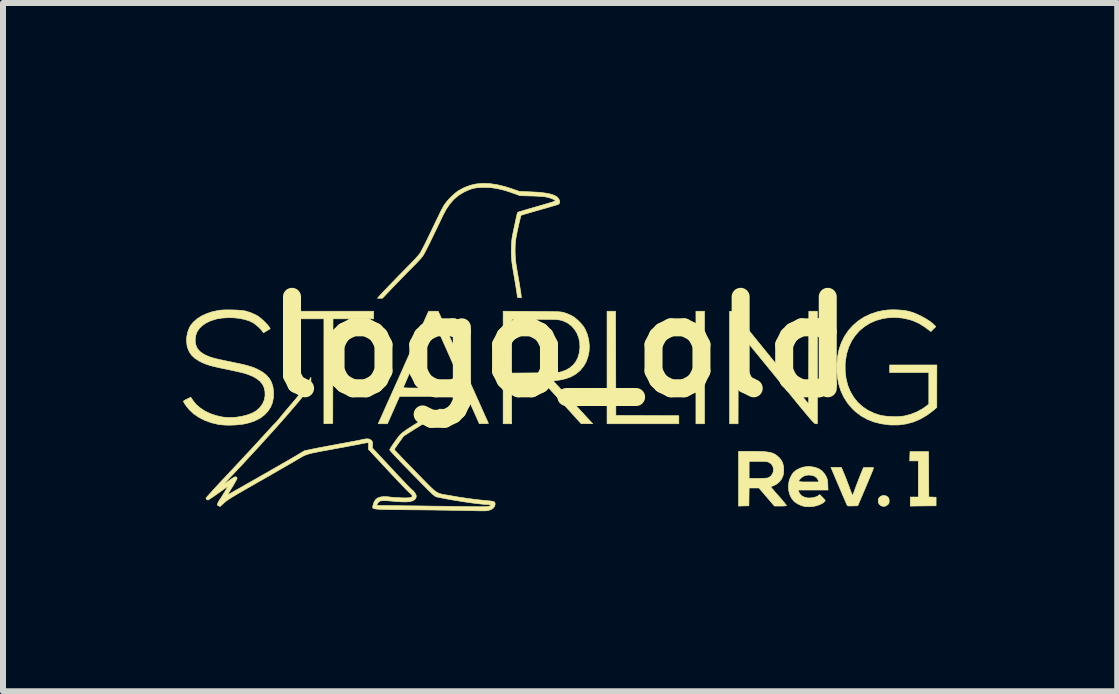
<source format=kicad_pcb>
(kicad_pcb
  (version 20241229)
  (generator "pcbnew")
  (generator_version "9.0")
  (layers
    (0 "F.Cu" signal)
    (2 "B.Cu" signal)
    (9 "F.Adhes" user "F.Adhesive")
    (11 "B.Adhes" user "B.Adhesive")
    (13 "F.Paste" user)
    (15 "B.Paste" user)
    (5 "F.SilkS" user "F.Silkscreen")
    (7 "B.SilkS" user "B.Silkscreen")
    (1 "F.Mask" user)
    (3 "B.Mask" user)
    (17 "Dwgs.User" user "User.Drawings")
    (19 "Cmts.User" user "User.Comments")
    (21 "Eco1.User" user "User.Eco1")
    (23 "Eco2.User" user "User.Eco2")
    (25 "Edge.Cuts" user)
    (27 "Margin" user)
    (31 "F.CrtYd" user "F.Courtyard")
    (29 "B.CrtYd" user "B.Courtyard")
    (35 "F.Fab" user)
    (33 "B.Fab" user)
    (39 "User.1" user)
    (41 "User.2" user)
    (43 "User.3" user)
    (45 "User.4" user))
  (footprint "logo_old"
    (layer "F.Cu")
    (at 6.278 2.73)
    (property "Reference" "logo_old" (at 0 0 0) (layer "F.SilkS") (effects (font (size 1.524 1.524) (thickness 0.3))))
    (attr through_hole)
    (fp_poly (pts (xy 2.409 1.28) (xy 2.267 1.28) (xy 2.267 -0.594) (xy 2.409 -0.594) (xy 2.409 1.28)) (stroke (width 0.01) (type solid)) (fill yes) (layer "F.SilkS"))
    (fp_poly (pts (xy 0.933 1.142) (xy 1.457 1.144) (xy 1.982 1.146) (xy 1.982 1.28) (xy 0.786 1.28) (xy 0.786 -0.594) (xy 0.928 -0.594) (xy 0.933 1.142)) (stroke (width 0.01) (type solid)) (fill yes) (layer "F.SilkS"))
    (fp_poly (pts (xy -3.103 -0.468) (xy -3.78 -0.468) (xy -3.782 0.404) (xy -3.784 1.275) (xy -3.858 1.278) (xy -3.931 1.28) (xy -3.931 -0.468) (xy -4.608 -0.468) (xy -4.608 -0.594) (xy -3.103 -0.594) (xy -3.103 -0.468)) (stroke (width 0.01) (type solid)) (fill yes) (layer "F.SilkS"))
    (fp_poly (pts (xy 6.145 2.122) (xy 6.147 2.5) (xy 6.208 2.502) (xy 6.268 2.505) (xy 6.268 2.647) (xy 6.053 2.649) (xy 5.838 2.652) (xy 5.838 2.501) (xy 5.972 2.501) (xy 5.972 1.899) (xy 5.829 1.899) (xy 5.831 1.821) (xy 5.834 1.744) (xy 6.143 1.744) (xy 6.145 2.122)) (stroke (width 0.01) (type solid)) (fill yes) (layer "F.SilkS"))
    (fp_poly (pts (xy 5.442 2.485) (xy 5.462 2.5) (xy 5.478 2.519) (xy 5.485 2.539) (xy 5.486 2.565) (xy 5.485 2.593) (xy 5.477 2.613) (xy 5.462 2.629) (xy 5.429 2.651) (xy 5.393 2.657) (xy 5.356 2.649) (xy 5.346 2.643) (xy 5.318 2.617) (xy 5.304 2.584) (xy 5.305 2.547) (xy 5.316 2.517) (xy 5.34 2.492) (xy 5.372 2.477) (xy 5.408 2.475) (xy 5.442 2.485)) (stroke (width 0.01) (type solid)) (fill yes) (layer "F.SilkS"))
    (fp_poly (pts (xy 4.29 1.28) (xy 4.263 1.28) (xy 4.258 1.279) (xy 4.253 1.278) (xy 4.247 1.274) (xy 4.239 1.268) (xy 4.229 1.259) (xy 4.216 1.245) (xy 4.199 1.228) (xy 4.179 1.204) (xy 4.153 1.175) (xy 4.123 1.139) (xy 4.087 1.096) (xy 4.044 1.044) (xy 3.994 0.984) (xy 3.937 0.915) (xy 3.872 0.835) (xy 3.798 0.745) (xy 3.715 0.643) (xy 3.622 0.529) (xy 3.604 0.507) (xy 2.973 -0.265) (xy 2.971 0.507) (xy 2.969 1.28) (xy 2.827 1.28) (xy 2.827 -0.594) (xy 2.858 -0.593) (xy 2.89 -0.593) (xy 3.517 0.179) (xy 4.144 0.951) (xy 4.146 0.179) (xy 4.148 -0.594) (xy 4.29 -0.594) (xy 4.29 1.28)) (stroke (width 0.01) (type solid)) (fill yes) (layer "F.SilkS"))
    (fp_poly (pts (xy 4.733 2.109) (xy 4.752 2.155) (xy 4.774 2.21) (xy 4.796 2.269) (xy 4.818 2.326) (xy 4.824 2.343) (xy 4.84 2.387) (xy 4.854 2.424) (xy 4.866 2.453) (xy 4.873 2.471) (xy 4.876 2.476) (xy 4.88 2.468) (xy 4.889 2.447) (xy 4.901 2.416) (xy 4.915 2.377) (xy 4.925 2.349) (xy 4.945 2.295) (xy 4.968 2.235) (xy 4.991 2.176) (xy 5.011 2.125) (xy 5.014 2.117) (xy 5.058 2.011) (xy 5.143 2.009) (xy 5.183 2.008) (xy 5.209 2.009) (xy 5.223 2.012) (xy 5.227 2.017) (xy 5.227 2.017) (xy 5.223 2.027) (xy 5.214 2.051) (xy 5.2 2.086) (xy 5.181 2.132) (xy 5.158 2.186) (xy 5.133 2.248) (xy 5.105 2.314) (xy 5.095 2.338) (xy 4.963 2.647) (xy 4.878 2.649) (xy 4.839 2.65) (xy 4.813 2.65) (xy 4.798 2.647) (xy 4.789 2.642) (xy 4.785 2.637) (xy 4.781 2.627) (xy 4.77 2.603) (xy 4.755 2.568) (xy 4.736 2.523) (xy 4.713 2.471) (xy 4.688 2.412) (xy 4.662 2.35) (xy 4.634 2.286) (xy 4.607 2.222) (xy 4.581 2.16) (xy 4.556 2.102) (xy 4.534 2.049) (xy 4.528 2.034) (xy 4.516 2.007) (xy 4.69 2.007) (xy 4.733 2.109)) (stroke (width 0.01) (type solid)) (fill yes) (layer "F.SilkS"))
    (fp_poly (pts (xy 4.174 1.993) (xy 4.25 2.006) (xy 4.315 2.03) (xy 4.368 2.067) (xy 4.411 2.116) (xy 4.434 2.155) (xy 4.446 2.182) (xy 4.455 2.206) (xy 4.46 2.233) (xy 4.463 2.267) (xy 4.464 2.296) (xy 4.468 2.384) (xy 3.971 2.384) (xy 3.977 2.406) (xy 3.995 2.445) (xy 4.026 2.478) (xy 4.068 2.501) (xy 4.118 2.515) (xy 4.153 2.517) (xy 4.202 2.514) (xy 4.249 2.504) (xy 4.288 2.489) (xy 4.309 2.476) (xy 4.33 2.46) (xy 4.378 2.509) (xy 4.402 2.534) (xy 4.415 2.55) (xy 4.42 2.561) (xy 4.418 2.569) (xy 4.415 2.572) (xy 4.383 2.6) (xy 4.338 2.624) (xy 4.284 2.644) (xy 4.225 2.657) (xy 4.164 2.663) (xy 4.105 2.662) (xy 4.081 2.659) (xy 4.026 2.644) (xy 3.971 2.62) (xy 3.922 2.589) (xy 3.897 2.568) (xy 3.857 2.516) (xy 3.828 2.455) (xy 3.812 2.389) (xy 3.808 2.32) (xy 3.816 2.25) (xy 3.82 2.235) (xy 3.981 2.235) (xy 3.988 2.242) (xy 4.005 2.246) (xy 4.034 2.249) (xy 4.076 2.25) (xy 4.134 2.25) (xy 4.148 2.25) (xy 4.316 2.25) (xy 4.303 2.218) (xy 4.279 2.18) (xy 4.243 2.154) (xy 4.21 2.142) (xy 4.15 2.134) (xy 4.095 2.14) (xy 4.047 2.161) (xy 4.011 2.192) (xy 3.994 2.21) (xy 3.984 2.225) (xy 3.981 2.235) (xy 3.82 2.235) (xy 3.836 2.184) (xy 3.868 2.124) (xy 3.893 2.092) (xy 3.94 2.052) (xy 3.997 2.022) (xy 4.063 2.001) (xy 4.132 1.992) (xy 4.174 1.993)) (stroke (width 0.01) (type solid)) (fill yes) (layer "F.SilkS"))
    (fp_poly (pts (xy 3.176 1.74) (xy 3.263 1.74) (xy 3.335 1.742) (xy 3.395 1.744) (xy 3.444 1.749) (xy 3.485 1.755) (xy 3.519 1.762) (xy 3.549 1.772) (xy 3.564 1.778) (xy 3.614 1.809) (xy 3.66 1.851) (xy 3.696 1.901) (xy 3.713 1.936) (xy 3.725 1.986) (xy 3.73 2.044) (xy 3.727 2.102) (xy 3.718 2.147) (xy 3.693 2.202) (xy 3.654 2.251) (xy 3.605 2.29) (xy 3.549 2.317) (xy 3.544 2.318) (xy 3.524 2.326) (xy 3.515 2.332) (xy 3.515 2.334) (xy 3.521 2.342) (xy 3.536 2.36) (xy 3.56 2.387) (xy 3.589 2.422) (xy 3.624 2.461) (xy 3.648 2.488) (xy 3.685 2.53) (xy 3.717 2.568) (xy 3.744 2.601) (xy 3.763 2.625) (xy 3.774 2.64) (xy 3.775 2.644) (xy 3.766 2.647) (xy 3.743 2.649) (xy 3.71 2.651) (xy 3.673 2.651) (xy 3.575 2.651) (xy 3.446 2.501) (xy 3.316 2.35) (xy 3.153 2.35) (xy 3.151 2.499) (xy 3.149 2.647) (xy 3.063 2.649) (xy 2.977 2.652) (xy 2.977 2.191) (xy 3.153 2.191) (xy 3.293 2.191) (xy 3.342 2.191) (xy 3.388 2.189) (xy 3.426 2.187) (xy 3.453 2.185) (xy 3.463 2.183) (xy 3.487 2.172) (xy 3.513 2.153) (xy 3.52 2.146) (xy 3.546 2.109) (xy 3.558 2.068) (xy 3.558 2.025) (xy 3.546 1.984) (xy 3.522 1.95) (xy 3.487 1.924) (xy 3.484 1.923) (xy 3.469 1.917) (xy 3.452 1.913) (xy 3.429 1.91) (xy 3.398 1.908) (xy 3.356 1.907) (xy 3.301 1.907) (xy 3.153 1.907) (xy 3.153 2.191) (xy 2.977 2.191) (xy 2.977 1.74) (xy 3.176 1.74)) (stroke (width 0.01) (type solid)) (fill yes) (layer "F.SilkS"))
    (fp_poly (pts (xy 5.641 -0.616) (xy 5.724 -0.609) (xy 5.798 -0.597) (xy 5.825 -0.59) (xy 5.89 -0.57) (xy 5.959 -0.541) (xy 6.029 -0.507) (xy 6.097 -0.47) (xy 6.158 -0.431) (xy 6.21 -0.391) (xy 6.245 -0.358) (xy 6.264 -0.338) (xy 6.222 -0.297) (xy 6.181 -0.256) (xy 6.158 -0.274) (xy 6.069 -0.339) (xy 5.985 -0.391) (xy 5.9 -0.43) (xy 5.825 -0.456) (xy 5.707 -0.481) (xy 5.585 -0.491) (xy 5.462 -0.485) (xy 5.379 -0.472) (xy 5.268 -0.441) (xy 5.165 -0.396) (xy 5.073 -0.338) (xy 4.99 -0.269) (xy 4.919 -0.188) (xy 4.859 -0.097) (xy 4.812 0.004) (xy 4.778 0.113) (xy 4.758 0.229) (xy 4.753 0.285) (xy 4.754 0.411) (xy 4.769 0.53) (xy 4.797 0.641) (xy 4.839 0.743) (xy 4.894 0.837) (xy 4.96 0.92) (xy 5.039 0.993) (xy 5.129 1.054) (xy 5.23 1.103) (xy 5.322 1.134) (xy 5.382 1.147) (xy 5.453 1.156) (xy 5.53 1.161) (xy 5.608 1.162) (xy 5.68 1.158) (xy 5.741 1.15) (xy 5.846 1.123) (xy 5.949 1.082) (xy 6.044 1.03) (xy 6.104 0.987) (xy 6.147 0.953) (xy 6.147 0.427) (xy 5.495 0.427) (xy 5.495 0.301) (xy 6.281 0.301) (xy 6.28 0.654) (xy 6.28 1.008) (xy 6.224 1.056) (xy 6.118 1.136) (xy 6.007 1.201) (xy 5.891 1.25) (xy 5.77 1.283) (xy 5.645 1.3) (xy 5.516 1.301) (xy 5.491 1.299) (xy 5.357 1.281) (xy 5.233 1.25) (xy 5.12 1.206) (xy 5.017 1.148) (xy 4.924 1.077) (xy 4.871 1.027) (xy 4.793 0.935) (xy 4.729 0.835) (xy 4.68 0.728) (xy 4.644 0.613) (xy 4.622 0.488) (xy 4.617 0.433) (xy 4.614 0.296) (xy 4.626 0.167) (xy 4.651 0.044) (xy 4.69 -0.07) (xy 4.742 -0.176) (xy 4.807 -0.272) (xy 4.883 -0.358) (xy 4.971 -0.433) (xy 5.069 -0.497) (xy 5.178 -0.548) (xy 5.296 -0.587) (xy 5.398 -0.608) (xy 5.473 -0.616) (xy 5.556 -0.619) (xy 5.641 -0.616)) (stroke (width 0.01) (type solid)) (fill yes) (layer "F.SilkS"))
    (fp_poly (pts (xy -0.466 -0.592) (xy -0.365 -0.591) (xy -0.278 -0.591) (xy -0.206 -0.59) (xy -0.146 -0.589) (xy -0.096 -0.588) (xy -0.057 -0.587) (xy -0.025 -0.586) (xy 0.000007 -0.584) (xy 0.02 -0.582) (xy 0.036 -0.58) (xy 0.05 -0.577) (xy 0.063 -0.573) (xy 0.075 -0.57) (xy 0.116 -0.556) (xy 0.161 -0.537) (xy 0.196 -0.52) (xy 0.248 -0.488) (xy 0.3 -0.444) (xy 0.35 -0.393) (xy 0.393 -0.341) (xy 0.42 -0.297) (xy 0.458 -0.208) (xy 0.481 -0.115) (xy 0.491 -0.021) (xy 0.487 0.073) (xy 0.468 0.164) (xy 0.437 0.25) (xy 0.397 0.319) (xy 0.339 0.391) (xy 0.27 0.449) (xy 0.191 0.495) (xy 0.1 0.529) (xy -0.001 0.551) (xy -0.029 0.555) (xy -0.112 0.565) (xy 0.192 0.895) (xy 0.25 0.959) (xy 0.306 1.019) (xy 0.358 1.075) (xy 0.405 1.126) (xy 0.445 1.17) (xy 0.479 1.206) (xy 0.503 1.233) (xy 0.518 1.249) (xy 0.521 1.252) (xy 0.547 1.28) (xy 0.451 1.279) (xy 0.355 1.279) (xy 0.033 0.924) (xy -0.289 0.57) (xy -0.546 0.569) (xy -0.803 0.569) (xy -0.803 1.28) (xy -0.945 1.28) (xy -0.945 0.436) (xy -0.803 0.436) (xy -0.416 0.433) (xy -0.323 0.432) (xy -0.245 0.431) (xy -0.181 0.43) (xy -0.129 0.429) (xy -0.087 0.428) (xy -0.053 0.426) (xy -0.028 0.424) (xy -0.007 0.421) (xy 0.009 0.418) (xy 0.021 0.415) (xy 0.098 0.388) (xy 0.163 0.351) (xy 0.218 0.304) (xy 0.221 0.302) (xy 0.265 0.246) (xy 0.297 0.186) (xy 0.319 0.115) (xy 0.322 0.103) (xy 0.334 0.014) (xy 0.331 -0.072) (xy 0.314 -0.153) (xy 0.285 -0.228) (xy 0.243 -0.295) (xy 0.191 -0.352) (xy 0.128 -0.399) (xy 0.055 -0.433) (xy 0.008 -0.447) (xy -0.009 -0.45) (xy -0.029 -0.453) (xy -0.055 -0.455) (xy -0.089 -0.457) (xy -0.131 -0.458) (xy -0.184 -0.459) (xy -0.249 -0.459) (xy -0.327 -0.46) (xy -0.421 -0.46) (xy -0.424 -0.46) (xy -0.803 -0.46) (xy -0.803 0.436) (xy -0.945 0.436) (xy -0.945 -0.595) (xy -0.466 -0.592)) (stroke (width 0.01) (type solid)) (fill yes) (layer "F.SilkS"))
    (fp_poly (pts (xy -1.61 0.337) (xy -1.558 0.455) (xy -1.507 0.568) (xy -1.458 0.677) (xy -1.412 0.779) (xy -1.369 0.875) (xy -1.33 0.962) (xy -1.295 1.041) (xy -1.264 1.11) (xy -1.238 1.168) (xy -1.217 1.214) (xy -1.202 1.248) (xy -1.193 1.268) (xy -1.19 1.273) (xy -1.196 1.276) (xy -1.216 1.278) (xy -1.245 1.279) (xy -1.264 1.279) (xy -1.342 1.279) (xy -1.545 0.824) (xy -2.671 0.824) (xy -2.772 1.052) (xy -2.873 1.28) (xy -3.027 1.28) (xy -3 1.219) (xy -2.993 1.203) (xy -2.979 1.174) (xy -2.96 1.131) (xy -2.935 1.076) (xy -2.906 1.009) (xy -2.872 0.933) (xy -2.833 0.848) (xy -2.792 0.755) (xy -2.755 0.674) (xy -2.606 0.674) (xy -2.604 0.677) (xy -2.598 0.679) (xy -2.588 0.681) (xy -2.571 0.682) (xy -2.547 0.683) (xy -2.515 0.684) (xy -2.472 0.685) (xy -2.419 0.685) (xy -2.354 0.686) (xy -2.275 0.686) (xy -2.181 0.686) (xy -2.109 0.686) (xy -2.019 0.686) (xy -1.934 0.686) (xy -1.855 0.685) (xy -1.785 0.685) (xy -1.725 0.685) (xy -1.675 0.684) (xy -1.638 0.684) (xy -1.614 0.683) (xy -1.606 0.683) (xy -1.606 0.683) (xy -1.609 0.675) (xy -1.619 0.652) (xy -1.634 0.618) (xy -1.653 0.572) (xy -1.677 0.518) (xy -1.705 0.455) (xy -1.736 0.386) (xy -1.768 0.311) (xy -1.803 0.234) (xy -1.838 0.154) (xy -1.874 0.073) (xy -1.909 -0.007) (xy -1.944 -0.084) (xy -1.977 -0.158) (xy -2.007 -0.226) (xy -2.035 -0.288) (xy -2.059 -0.341) (xy -2.078 -0.385) (xy -2.093 -0.418) (xy -2.103 -0.439) (xy -2.106 -0.445) (xy -2.11 -0.438) (xy -2.12 -0.418) (xy -2.135 -0.385) (xy -2.156 -0.341) (xy -2.18 -0.287) (xy -2.208 -0.226) (xy -2.239 -0.157) (xy -2.272 -0.084) (xy -2.307 -0.007) (xy -2.342 0.072) (xy -2.378 0.152) (xy -2.413 0.231) (xy -2.448 0.309) (xy -2.48 0.382) (xy -2.511 0.451) (xy -2.538 0.513) (xy -2.562 0.568) (xy -2.581 0.613) (xy -2.596 0.647) (xy -2.605 0.669) (xy -2.606 0.671) (xy -2.606 0.674) (xy -2.755 0.674) (xy -2.747 0.655) (xy -2.699 0.549) (xy -2.649 0.438) (xy -2.598 0.323) (xy -2.58 0.282) (xy -2.187 -0.594) (xy -2.107 -0.594) (xy -2.027 -0.594) (xy -1.61 0.337)) (stroke (width 0.01) (type solid)) (fill yes) (layer "F.SilkS"))
    (fp_poly (pts (xy -5.446 -0.616) (xy -5.384 -0.614) (xy -5.326 -0.61) (xy -5.278 -0.605) (xy -5.242 -0.599) (xy -5.15 -0.571) (xy -5.06 -0.53) (xy -5.037 -0.517) (xy -5.01 -0.498) (xy -4.976 -0.471) (xy -4.94 -0.438) (xy -4.905 -0.404) (xy -4.874 -0.371) (xy -4.85 -0.343) (xy -4.84 -0.329) (xy -4.826 -0.303) (xy -4.882 -0.269) (xy -4.939 -0.235) (xy -4.951 -0.253) (xy -4.978 -0.288) (xy -5.015 -0.326) (xy -5.056 -0.362) (xy -5.095 -0.392) (xy -5.11 -0.402) (xy -5.177 -0.434) (xy -5.256 -0.459) (xy -5.344 -0.476) (xy -5.437 -0.486) (xy -5.533 -0.487) (xy -5.628 -0.481) (xy -5.718 -0.466) (xy -5.741 -0.46) (xy -5.821 -0.434) (xy -5.894 -0.399) (xy -5.956 -0.357) (xy -6.006 -0.309) (xy -6.042 -0.256) (xy -6.046 -0.25) (xy -6.066 -0.193) (xy -6.075 -0.132) (xy -6.074 -0.073) (xy -6.072 -0.061) (xy -6.056 -0.005) (xy -6.028 0.043) (xy -5.988 0.084) (xy -5.933 0.121) (xy -5.9 0.138) (xy -5.871 0.151) (xy -5.841 0.163) (xy -5.807 0.175) (xy -5.769 0.186) (xy -5.723 0.198) (xy -5.668 0.211) (xy -5.602 0.225) (xy -5.521 0.242) (xy -5.494 0.247) (xy -5.404 0.266) (xy -5.328 0.282) (xy -5.265 0.296) (xy -5.211 0.31) (xy -5.166 0.323) (xy -5.125 0.336) (xy -5.088 0.35) (xy -5.053 0.366) (xy -5.031 0.376) (xy -4.952 0.421) (xy -4.888 0.471) (xy -4.839 0.528) (xy -4.803 0.593) (xy -4.78 0.667) (xy -4.77 0.749) (xy -4.772 0.841) (xy -4.788 0.926) (xy -4.819 1.003) (xy -4.864 1.072) (xy -4.922 1.133) (xy -4.993 1.186) (xy -5.076 1.229) (xy -5.171 1.263) (xy -5.278 1.287) (xy -5.395 1.3) (xy -5.507 1.304) (xy -5.557 1.303) (xy -5.608 1.3) (xy -5.654 1.296) (xy -5.689 1.292) (xy -5.691 1.291) (xy -5.808 1.263) (xy -5.916 1.224) (xy -6.014 1.174) (xy -6.101 1.114) (xy -6.176 1.045) (xy -6.236 0.969) (xy -6.253 0.942) (xy -6.266 0.92) (xy -6.272 0.907) (xy -6.273 0.906) (xy -6.266 0.899) (xy -6.247 0.887) (xy -6.221 0.873) (xy -6.211 0.868) (xy -6.15 0.838) (xy -6.113 0.893) (xy -6.06 0.959) (xy -5.992 1.017) (xy -5.913 1.069) (xy -5.825 1.111) (xy -5.728 1.144) (xy -5.626 1.167) (xy -5.585 1.172) (xy -5.494 1.177) (xy -5.398 1.172) (xy -5.302 1.157) (xy -5.211 1.134) (xy -5.129 1.104) (xy -5.12 1.1) (xy -5.052 1.06) (xy -4.997 1.009) (xy -4.954 0.951) (xy -4.926 0.886) (xy -4.912 0.817) (xy -4.913 0.744) (xy -4.927 0.681) (xy -4.953 0.624) (xy -4.995 0.573) (xy -5.053 0.527) (xy -5.126 0.486) (xy -5.215 0.452) (xy -5.256 0.439) (xy -5.287 0.431) (xy -5.33 0.421) (xy -5.382 0.409) (xy -5.441 0.396) (xy -5.502 0.383) (xy -5.532 0.376) (xy -5.621 0.358) (xy -5.695 0.342) (xy -5.756 0.328) (xy -5.808 0.315) (xy -5.852 0.302) (xy -5.891 0.289) (xy -5.926 0.275) (xy -5.961 0.26) (xy -5.996 0.243) (xy -6.008 0.236) (xy -6.079 0.191) (xy -6.135 0.139) (xy -6.177 0.077) (xy -6.205 0.008) (xy -6.211 -0.017) (xy -6.22 -0.095) (xy -6.216 -0.174) (xy -6.199 -0.252) (xy -6.171 -0.323) (xy -6.154 -0.353) (xy -6.107 -0.413) (xy -6.045 -0.467) (xy -5.971 -0.515) (xy -5.886 -0.554) (xy -5.792 -0.586) (xy -5.691 -0.607) (xy -5.665 -0.611) (xy -5.623 -0.615) (xy -5.57 -0.617) (xy -5.51 -0.617) (xy -5.446 -0.616)) (stroke (width 0.01) (type solid)) (fill yes) (layer "F.SilkS"))
    (fp_poly (pts (xy -1.167 -2.721) (xy -1.045 -2.703) (xy -0.914 -2.671) (xy -0.807 -2.637) (xy -0.673 -2.591) (xy -0.498 -2.584) (xy -0.393 -2.579) (xy -0.303 -2.572) (xy -0.228 -2.561) (xy -0.165 -2.549) (xy -0.113 -2.533) (xy -0.072 -2.514) (xy -0.052 -2.501) (xy -0.026 -2.476) (xy -0.009 -2.448) (xy -0.002 -2.419) (xy -0.006 -2.395) (xy -0.022 -2.377) (xy -0.024 -2.376) (xy -0.035 -2.372) (xy -0.06 -2.364) (xy -0.097 -2.353) (xy -0.146 -2.339) (xy -0.202 -2.322) (xy -0.266 -2.304) (xy -0.334 -2.285) (xy -0.339 -2.283) (xy -0.407 -2.264) (xy -0.47 -2.246) (xy -0.526 -2.229) (xy -0.574 -2.215) (xy -0.611 -2.204) (xy -0.636 -2.196) (xy -0.646 -2.192) (xy -0.647 -2.192) (xy -0.65 -2.182) (xy -0.657 -2.158) (xy -0.665 -2.123) (xy -0.676 -2.08) (xy -0.687 -2.031) (xy -0.698 -1.979) (xy -0.71 -1.926) (xy -0.72 -1.875) (xy -0.729 -1.829) (xy -0.733 -1.807) (xy -0.74 -1.755) (xy -0.744 -1.692) (xy -0.746 -1.622) (xy -0.745 -1.549) (xy -0.741 -1.479) (xy -0.735 -1.415) (xy -0.733 -1.396) (xy -0.727 -1.36) (xy -0.72 -1.313) (xy -0.71 -1.256) (xy -0.7 -1.196) (xy -0.689 -1.134) (xy -0.686 -1.118) (xy -0.676 -1.06) (xy -0.667 -1.004) (xy -0.659 -0.954) (xy -0.652 -0.912) (xy -0.648 -0.881) (xy -0.647 -0.874) (xy -0.642 -0.818) (xy -0.706 -0.824) (xy -0.72 -0.924) (xy -0.727 -0.969) (xy -0.736 -1.024) (xy -0.746 -1.084) (xy -0.756 -1.143) (xy -0.76 -1.167) (xy -0.776 -1.257) (xy -0.788 -1.333) (xy -0.798 -1.399) (xy -0.804 -1.458) (xy -0.808 -1.513) (xy -0.81 -1.566) (xy -0.809 -1.622) (xy -0.809 -1.656) (xy -0.806 -1.724) (xy -0.801 -1.781) (xy -0.794 -1.833) (xy -0.784 -1.885) (xy -0.782 -1.894) (xy -0.772 -1.942) (xy -0.759 -2) (xy -0.747 -2.059) (xy -0.735 -2.114) (xy -0.735 -2.116) (xy -0.726 -2.159) (xy -0.717 -2.196) (xy -0.71 -2.224) (xy -0.705 -2.24) (xy -0.704 -2.243) (xy -0.695 -2.246) (xy -0.672 -2.253) (xy -0.636 -2.264) (xy -0.589 -2.278) (xy -0.533 -2.295) (xy -0.47 -2.313) (xy -0.401 -2.333) (xy -0.383 -2.338) (xy -0.303 -2.361) (xy -0.238 -2.38) (xy -0.187 -2.395) (xy -0.147 -2.407) (xy -0.118 -2.416) (xy -0.098 -2.424) (xy -0.085 -2.43) (xy -0.079 -2.434) (xy -0.078 -2.438) (xy -0.08 -2.442) (xy -0.081 -2.443) (xy -0.098 -2.455) (xy -0.128 -2.468) (xy -0.168 -2.482) (xy -0.213 -2.494) (xy -0.247 -2.501) (xy -0.27 -2.504) (xy -0.307 -2.507) (xy -0.354 -2.51) (xy -0.408 -2.513) (xy -0.465 -2.515) (xy -0.481 -2.515) (xy -0.664 -2.52) (xy -0.751 -2.552) (xy -0.864 -2.591) (xy -0.967 -2.621) (xy -1.062 -2.641) (xy -1.154 -2.654) (xy -1.243 -2.658) (xy -1.295 -2.657) (xy -1.36 -2.654) (xy -1.416 -2.647) (xy -1.466 -2.635) (xy -1.516 -2.617) (xy -1.572 -2.592) (xy -1.608 -2.574) (xy -1.69 -2.524) (xy -1.764 -2.461) (xy -1.832 -2.384) (xy -1.894 -2.293) (xy -1.95 -2.187) (xy -2.014 -2.053) (xy -2.071 -1.935) (xy -2.121 -1.831) (xy -2.164 -1.742) (xy -2.201 -1.668) (xy -2.231 -1.609) (xy -2.255 -1.563) (xy -2.273 -1.532) (xy -2.28 -1.521) (xy -2.299 -1.495) (xy -2.329 -1.46) (xy -2.367 -1.419) (xy -2.411 -1.373) (xy -2.452 -1.332) (xy -2.494 -1.29) (xy -2.544 -1.24) (xy -2.599 -1.183) (xy -2.657 -1.124) (xy -2.714 -1.064) (xy -2.768 -1.008) (xy -2.771 -1.006) (xy -2.956 -0.811) (xy -3.039 -0.811) (xy -3.023 -0.83) (xy -3.004 -0.852) (xy -2.974 -0.883) (xy -2.937 -0.924) (xy -2.892 -0.971) (xy -2.842 -1.023) (xy -2.788 -1.079) (xy -2.733 -1.136) (xy -2.677 -1.194) (xy -2.622 -1.249) (xy -2.57 -1.302) (xy -2.558 -1.315) (xy -2.509 -1.364) (xy -2.463 -1.411) (xy -2.421 -1.455) (xy -2.385 -1.495) (xy -2.357 -1.527) (xy -2.338 -1.55) (xy -2.333 -1.556) (xy -2.321 -1.576) (xy -2.303 -1.609) (xy -2.28 -1.653) (xy -2.253 -1.705) (xy -2.225 -1.762) (xy -2.195 -1.824) (xy -2.182 -1.851) (xy -2.135 -1.947) (xy -2.096 -2.029) (xy -2.063 -2.099) (xy -2.034 -2.157) (xy -2.011 -2.205) (xy -1.992 -2.245) (xy -1.976 -2.276) (xy -1.962 -2.302) (xy -1.951 -2.322) (xy -1.942 -2.339) (xy -1.934 -2.353) (xy -1.925 -2.366) (xy -1.919 -2.375) (xy -1.885 -2.421) (xy -1.842 -2.47) (xy -1.793 -2.518) (xy -1.744 -2.562) (xy -1.699 -2.597) (xy -1.686 -2.605) (xy -1.591 -2.656) (xy -1.493 -2.693) (xy -1.39 -2.716) (xy -1.281 -2.725) (xy -1.167 -2.721)) (stroke (width 0.01) (type solid)) (fill yes) (layer "F.SilkS"))
    (fp_poly (pts (xy -4.148 0.637) (xy -4.206 0.722) (xy -4.237 0.765) (xy -4.28 0.82) (xy -4.332 0.885) (xy -4.394 0.959) (xy -4.465 1.042) (xy -4.544 1.134) (xy -4.631 1.233) (xy -4.724 1.338) (xy -4.824 1.449) (xy -4.929 1.565) (xy -5.039 1.686) (xy -5.153 1.809) (xy -5.27 1.936) (xy -5.39 2.064) (xy -5.512 2.193) (xy -5.549 2.232) (xy -5.575 2.26) (xy -5.59 2.277) (xy -5.593 2.284) (xy -5.585 2.281) (xy -5.565 2.267) (xy -5.532 2.243) (xy -5.522 2.235) (xy -5.48 2.205) (xy -5.45 2.184) (xy -5.428 2.171) (xy -5.412 2.165) (xy -5.401 2.164) (xy -5.393 2.167) (xy -5.38 2.18) (xy -5.378 2.19) (xy -5.382 2.201) (xy -5.394 2.224) (xy -5.412 2.257) (xy -5.434 2.295) (xy -5.457 2.333) (xy -5.483 2.374) (xy -5.504 2.41) (xy -5.521 2.438) (xy -5.532 2.457) (xy -5.535 2.464) (xy -5.527 2.46) (xy -5.507 2.449) (xy -5.474 2.431) (xy -5.431 2.407) (xy -5.379 2.377) (xy -5.318 2.343) (xy -5.252 2.305) (xy -5.18 2.264) (xy -5.104 2.221) (xy -5.025 2.176) (xy -4.945 2.13) (xy -4.865 2.085) (xy -4.786 2.039) (xy -4.71 1.996) (xy -4.638 1.954) (xy -4.571 1.916) (xy -4.51 1.881) (xy -4.458 1.85) (xy -4.415 1.825) (xy -4.382 1.806) (xy -4.372 1.799) (xy -4.256 1.73) (xy -4.118 1.701) (xy -4.077 1.693) (xy -4.023 1.682) (xy -3.958 1.67) (xy -3.885 1.656) (xy -3.808 1.642) (xy -3.729 1.627) (xy -3.66 1.614) (xy -3.587 1.601) (xy -3.517 1.588) (xy -3.452 1.576) (xy -3.396 1.565) (xy -3.349 1.556) (xy -3.313 1.548) (xy -3.292 1.544) (xy -3.291 1.543) (xy -3.24 1.533) (xy -3.201 1.531) (xy -3.17 1.537) (xy -3.146 1.553) (xy -3.143 1.556) (xy -3.129 1.572) (xy -3.122 1.586) (xy -3.12 1.605) (xy -3.121 1.632) (xy -3.125 1.682) (xy -2.811 2.018) (xy -2.752 2.082) (xy -2.695 2.143) (xy -2.641 2.199) (xy -2.593 2.25) (xy -2.551 2.294) (xy -2.516 2.33) (xy -2.489 2.357) (xy -2.472 2.373) (xy -2.467 2.377) (xy -2.437 2.404) (xy -2.413 2.435) (xy -2.397 2.465) (xy -2.392 2.487) (xy -2.399 2.52) (xy -2.419 2.545) (xy -2.452 2.564) (xy -2.5 2.577) (xy -2.563 2.582) (xy -2.64 2.581) (xy -2.71 2.576) (xy -2.786 2.57) (xy -2.848 2.565) (xy -2.897 2.562) (xy -2.935 2.561) (xy -2.963 2.562) (xy -2.985 2.565) (xy -3 2.57) (xy -3.008 2.575) (xy -3.028 2.593) (xy -3.042 2.615) (xy -3.042 2.616) (xy -3.051 2.641) (xy -2.577 2.647) (xy -2.47 2.648) (xy -2.351 2.649) (xy -2.225 2.651) (xy -2.097 2.653) (xy -1.969 2.654) (xy -1.847 2.656) (xy -1.734 2.658) (xy -1.656 2.659) (xy -1.554 2.66) (xy -1.468 2.662) (xy -1.396 2.662) (xy -1.337 2.663) (xy -1.289 2.662) (xy -1.252 2.662) (xy -1.224 2.661) (xy -1.203 2.659) (xy -1.19 2.657) (xy -1.181 2.655) (xy -1.16 2.644) (xy -1.156 2.635) (xy -1.167 2.628) (xy -1.194 2.626) (xy -1.194 2.626) (xy -1.236 2.624) (xy -1.293 2.62) (xy -1.361 2.612) (xy -1.439 2.603) (xy -1.524 2.591) (xy -1.614 2.578) (xy -1.706 2.563) (xy -1.798 2.548) (xy -1.888 2.532) (xy -1.974 2.515) (xy -2.048 2.5) (xy -2.057 2.498) (xy -2.066 2.495) (xy -2.075 2.49) (xy -2.086 2.483) (xy -2.1 2.472) (xy -2.118 2.457) (xy -2.14 2.437) (xy -2.167 2.41) (xy -2.201 2.377) (xy -2.242 2.335) (xy -2.292 2.285) (xy -2.351 2.225) (xy -2.42 2.154) (xy -2.463 2.111) (xy -2.543 2.028) (xy -2.615 1.955) (xy -2.677 1.89) (xy -2.729 1.835) (xy -2.772 1.789) (xy -2.804 1.754) (xy -2.825 1.729) (xy -2.835 1.716) (xy -2.835 1.714) (xy -2.83 1.702) (xy -2.817 1.68) (xy -2.797 1.648) (xy -2.772 1.611) (xy -2.743 1.571) (xy -2.721 1.54) (xy -2.702 1.514) (xy -2.684 1.491) (xy -2.666 1.471) (xy -2.647 1.451) (xy -2.626 1.432) (xy -2.6 1.412) (xy -2.569 1.39) (xy -2.532 1.364) (xy -2.486 1.335) (xy -2.431 1.3) (xy -2.365 1.259) (xy -2.287 1.211) (xy -2.246 1.186) (xy -2.005 1.036) (xy -1.947 1.039) (xy -1.889 1.041) (xy -2.131 1.19) (xy -2.195 1.229) (xy -2.26 1.27) (xy -2.324 1.309) (xy -2.382 1.346) (xy -2.434 1.378) (xy -2.475 1.404) (xy -2.488 1.412) (xy -2.602 1.485) (xy -2.681 1.594) (xy -2.707 1.631) (xy -2.73 1.664) (xy -2.747 1.69) (xy -2.756 1.707) (xy -2.758 1.711) (xy -2.752 1.719) (xy -2.735 1.737) (xy -2.709 1.765) (xy -2.673 1.802) (xy -2.631 1.847) (xy -2.582 1.898) (xy -2.527 1.954) (xy -2.467 2.015) (xy -2.409 2.075) (xy -2.337 2.149) (xy -2.276 2.212) (xy -2.224 2.265) (xy -2.18 2.309) (xy -2.143 2.346) (xy -2.111 2.375) (xy -2.083 2.398) (xy -2.058 2.416) (xy -2.033 2.43) (xy -2.009 2.441) (xy -1.983 2.449) (xy -1.954 2.456) (xy -1.921 2.462) (xy -1.882 2.468) (xy -1.836 2.476) (xy -1.814 2.48) (xy -1.692 2.501) (xy -1.566 2.52) (xy -1.441 2.537) (xy -1.323 2.551) (xy -1.227 2.56) (xy -1.174 2.565) (xy -1.135 2.57) (xy -1.108 2.576) (xy -1.092 2.583) (xy -1.083 2.594) (xy -1.079 2.609) (xy -1.079 2.621) (xy -1.087 2.655) (xy -1.109 2.685) (xy -1.143 2.708) (xy -1.187 2.724) (xy -1.238 2.731) (xy -1.26 2.731) (xy -1.297 2.731) (xy -1.345 2.731) (xy -1.401 2.73) (xy -1.463 2.728) (xy -1.528 2.727) (xy -1.535 2.727) (xy -1.583 2.726) (xy -1.647 2.724) (xy -1.723 2.723) (xy -1.81 2.722) (xy -1.906 2.72) (xy -2.009 2.719) (xy -2.116 2.717) (xy -2.227 2.716) (xy -2.338 2.715) (xy -2.432 2.714) (xy -2.556 2.713) (xy -2.665 2.712) (xy -2.759 2.711) (xy -2.84 2.71) (xy -2.907 2.709) (xy -2.964 2.707) (xy -3.009 2.705) (xy -3.045 2.703) (xy -3.073 2.699) (xy -3.093 2.695) (xy -3.107 2.69) (xy -3.115 2.684) (xy -3.119 2.677) (xy -3.12 2.669) (xy -3.118 2.659) (xy -3.115 2.648) (xy -3.112 2.635) (xy -3.112 2.635) (xy -3.096 2.585) (xy -3.072 2.546) (xy -3.039 2.519) (xy -2.995 2.502) (xy -2.939 2.494) (xy -2.87 2.496) (xy -2.839 2.5) (xy -2.802 2.504) (xy -2.754 2.508) (xy -2.7 2.511) (xy -2.648 2.514) (xy -2.643 2.514) (xy -2.575 2.516) (xy -2.523 2.514) (xy -2.487 2.509) (xy -2.466 2.499) (xy -2.459 2.485) (xy -2.467 2.467) (xy -2.489 2.444) (xy -2.505 2.43) (xy -2.518 2.418) (xy -2.542 2.394) (xy -2.575 2.361) (xy -2.615 2.319) (xy -2.662 2.27) (xy -2.714 2.215) (xy -2.771 2.155) (xy -2.831 2.091) (xy -2.869 2.05) (xy -3.191 1.704) (xy -3.188 1.651) (xy -3.185 1.597) (xy -3.214 1.597) (xy -3.239 1.6) (xy -3.271 1.605) (xy -3.292 1.61) (xy -3.311 1.614) (xy -3.344 1.621) (xy -3.39 1.63) (xy -3.446 1.64) (xy -3.51 1.652) (xy -3.581 1.666) (xy -3.655 1.679) (xy -3.686 1.685) (xy -3.791 1.704) (xy -3.882 1.721) (xy -3.96 1.735) (xy -4.025 1.748) (xy -4.08 1.759) (xy -4.126 1.768) (xy -4.164 1.778) (xy -4.197 1.787) (xy -4.224 1.796) (xy -4.249 1.806) (xy -4.273 1.817) (xy -4.296 1.829) (xy -4.32 1.844) (xy -4.348 1.86) (xy -4.372 1.874) (xy -4.404 1.893) (xy -4.448 1.919) (xy -4.504 1.951) (xy -4.569 1.989) (xy -4.643 2.031) (xy -4.722 2.077) (xy -4.807 2.126) (xy -4.894 2.176) (xy -4.983 2.227) (xy -5.02 2.247) (xy -5.12 2.305) (xy -5.207 2.354) (xy -5.281 2.397) (xy -5.345 2.434) (xy -5.398 2.465) (xy -5.442 2.492) (xy -5.479 2.514) (xy -5.509 2.533) (xy -5.534 2.55) (xy -5.554 2.565) (xy -5.571 2.578) (xy -5.587 2.591) (xy -5.595 2.598) (xy -5.663 2.66) (xy -5.687 2.647) (xy -5.703 2.638) (xy -5.708 2.628) (xy -5.703 2.612) (xy -5.7 2.605) (xy -5.688 2.58) (xy -5.671 2.552) (xy -5.664 2.541) (xy -5.647 2.516) (xy -5.627 2.485) (xy -5.606 2.45) (xy -5.584 2.415) (xy -5.564 2.382) (xy -5.548 2.355) (xy -5.536 2.335) (xy -5.532 2.325) (xy -5.532 2.325) (xy -5.54 2.33) (xy -5.559 2.343) (xy -5.588 2.363) (xy -5.625 2.389) (xy -5.667 2.419) (xy -5.694 2.438) (xy -5.74 2.47) (xy -5.781 2.499) (xy -5.816 2.522) (xy -5.843 2.54) (xy -5.86 2.549) (xy -5.864 2.551) (xy -5.882 2.544) (xy -5.894 2.529) (xy -5.896 2.52) (xy -5.891 2.512) (xy -5.875 2.493) (xy -5.849 2.464) (xy -5.815 2.427) (xy -5.774 2.381) (xy -5.727 2.33) (xy -5.674 2.272) (xy -5.617 2.211) (xy -5.576 2.168) (xy -5.453 2.037) (xy -5.341 1.917) (xy -5.24 1.808) (xy -5.149 1.711) (xy -5.068 1.623) (xy -4.997 1.545) (xy -4.934 1.477) (xy -4.881 1.418) (xy -4.846 1.38) (xy -4.81 1.341) (xy -4.778 1.306) (xy -4.752 1.279) (xy -4.748 1.276) (xy -4.719 1.246) (xy -4.691 1.213) (xy -4.668 1.186) (xy -4.667 1.184) (xy -4.653 1.166) (xy -4.63 1.139) (xy -4.6 1.102) (xy -4.564 1.059) (xy -4.524 1.012) (xy -4.482 0.962) (xy -4.475 0.955) (xy -4.409 0.877) (xy -4.353 0.809) (xy -4.306 0.748) (xy -4.265 0.692) (xy -4.228 0.638) (xy -4.194 0.584) (xy -4.18 0.56) (xy -4.148 0.506) (xy -4.148 0.637)) (stroke (width 0.01) (type solid)) (fill yes) (layer "F.SilkS")))
  (gr_rect
    (start -3 -3)
    (end 15.564 8.467)
    (stroke (width 0.1) (type default))
    (fill no)
    (layer "Edge.Cuts")))
</source>
